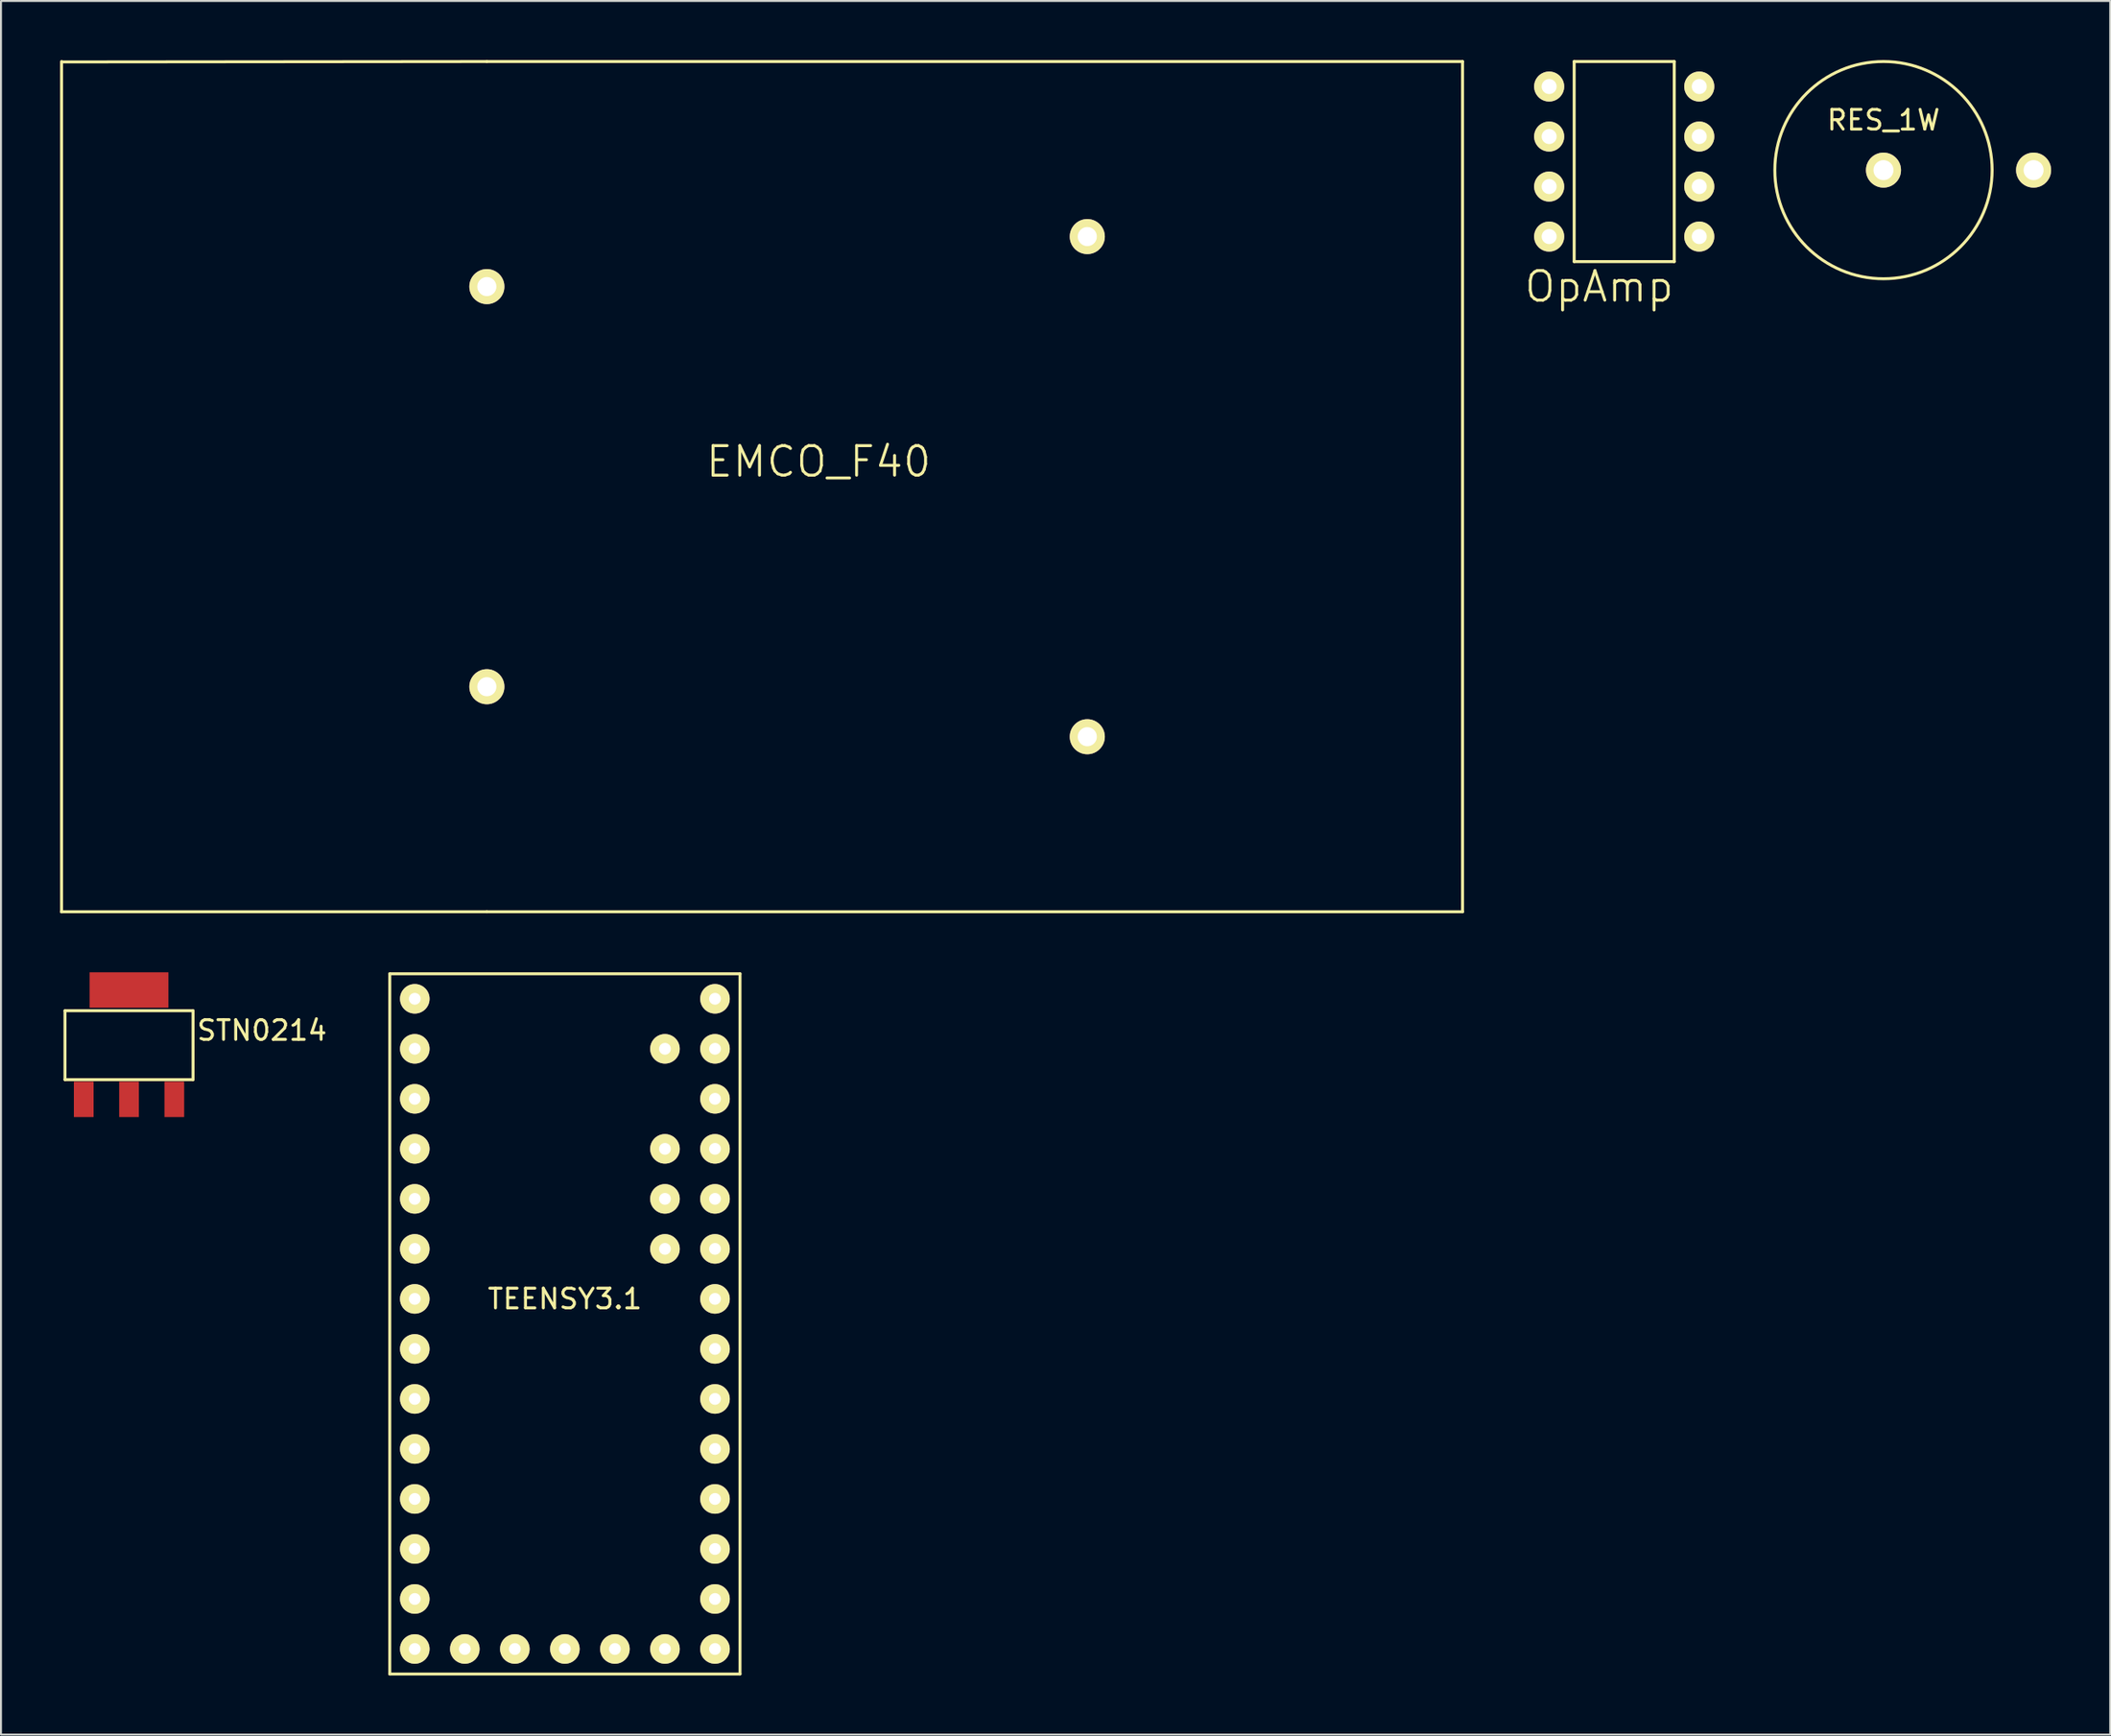
<source format=kicad_pcb>
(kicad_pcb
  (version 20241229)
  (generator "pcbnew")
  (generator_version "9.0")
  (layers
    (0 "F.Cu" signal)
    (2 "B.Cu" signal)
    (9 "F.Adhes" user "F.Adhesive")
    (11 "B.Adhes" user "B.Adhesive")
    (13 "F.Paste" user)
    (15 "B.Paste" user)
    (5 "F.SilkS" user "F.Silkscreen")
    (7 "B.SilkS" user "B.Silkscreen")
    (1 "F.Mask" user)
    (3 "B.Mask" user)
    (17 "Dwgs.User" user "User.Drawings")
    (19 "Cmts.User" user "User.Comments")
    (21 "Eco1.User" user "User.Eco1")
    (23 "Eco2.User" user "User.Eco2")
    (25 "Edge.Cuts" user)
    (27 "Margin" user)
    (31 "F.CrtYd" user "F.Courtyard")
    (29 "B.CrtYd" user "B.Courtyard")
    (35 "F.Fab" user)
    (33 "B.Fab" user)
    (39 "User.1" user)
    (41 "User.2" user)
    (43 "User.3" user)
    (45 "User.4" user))
  (footprint "OpAmp"
    (layer "F.Cu")
    (at 75.591 1.345)
    (property "Reference" "OpAmp" (at 2.54 10.16 0) (layer "F.SilkS") (effects (font (size 1.5 1.5) (thickness 0.15))))
    (attr through_hole)
    (fp_line (start 1.27 -1.27) (end 6.35 -1.27) (stroke (width 0.15) (type solid)) (layer "F.SilkS"))
    (fp_line (start 1.27 8.89) (end 1.27 -1.27) (stroke (width 0.15) (type solid)) (layer "F.SilkS"))
    (fp_line (start 6.35 -1.27) (end 6.35 8.89) (stroke (width 0.15) (type solid)) (layer "F.SilkS"))
    (fp_line (start 6.35 8.89) (end 1.27 8.89) (stroke (width 0.15) (type solid)) (layer "F.SilkS"))
    (pad "1" thru_hole circle (at 0 0) (size 1.524 1.524) (drill 0.762) (layers "*.Cu" "*.Mask" "F.SilkS"))
    (pad "2" thru_hole circle (at 0 2.54) (size 1.524 1.524) (drill 0.762) (layers "*.Cu" "*.Mask" "F.SilkS"))
    (pad "3" thru_hole circle (at 0 5.08) (size 1.524 1.524) (drill 0.762) (layers "*.Cu" "*.Mask" "F.SilkS"))
    (pad "4" thru_hole circle (at 0 7.62) (size 1.524 1.524) (drill 0.762) (layers "*.Cu" "*.Mask" "F.SilkS"))
    (pad "5" thru_hole circle (at 7.62 7.62) (size 1.524 1.524) (drill 0.762) (layers "*.Cu" "*.Mask" "F.SilkS"))
    (pad "6" thru_hole circle (at 7.62 5.08) (size 1.524 1.524) (drill 0.762) (layers "*.Cu" "*.Mask" "F.SilkS"))
    (pad "7" thru_hole circle (at 7.62 2.54) (size 1.524 1.524) (drill 0.762) (layers "*.Cu" "*.Mask" "F.SilkS"))
    (pad "8" thru_hole circle (at 7.62 0) (size 1.524 1.524) (drill 0.762) (layers "*.Cu" "*.Mask" "F.SilkS")))
  (footprint "RES_1W"
    (layer "F.Cu")
    (at 92.563 5.59)
    (property "Reference" "RES_1W" (at 0 -2.54 0) (layer "F.SilkS") (effects (font (size 1 1) (thickness 0.15))))
    (attr through_hole)
    (fp_circle (center 0 0) (end 3.9 3.9) (stroke (width 0.15) (type solid)) (fill no) (layer "F.SilkS"))
    (pad "1" thru_hole circle (at 0 0) (size 1.778 1.778) (drill 1.016) (layers "*.Cu" "*.Mask" "F.SilkS"))
    (pad "2" thru_hole circle (at 7.62 0) (size 1.778 1.778) (drill 1.016) (layers "*.Cu" "*.Mask" "F.SilkS")))
  (footprint "STN0214"
    (layer "F.Cu")
    (at 0.25 48.28)
    (property "Reference" "STN0214" (at 10 1 0) (layer "F.SilkS") (effects (font (size 1 1) (thickness 0.15))))
    (attr smd)
    (fp_line (start 0 0) (end 0 3.5) (stroke (width 0.15) (type solid)) (layer "F.SilkS"))
    (fp_line (start 0 3.5) (end 6.5 3.5) (stroke (width 0.15) (type solid)) (layer "F.SilkS"))
    (fp_line (start 6.5 0) (end 0 0) (stroke (width 0.15) (type solid)) (layer "F.SilkS"))
    (fp_line (start 6.5 3.5) (end 6.5 0) (stroke (width 0.15) (type solid)) (layer "F.SilkS"))
    (pad "1" smd rect (at 0.95 4.5) (size 1 1.8) (layers "F.Cu" "F.Mask" "F.Paste"))
    (pad "2" smd rect (at 3.25 4.5) (size 1 1.8) (layers "F.Cu" "F.Mask" "F.Paste"))
    (pad "3" smd rect (at 5.55 4.5) (size 1 1.8) (layers "F.Cu" "F.Mask" "F.Paste"))
    (pad "4" smd rect (at 3.25 -1.05) (size 4 1.8) (layers "F.Cu" "F.Mask" "F.Paste")))
  (footprint "TEENSY3.1"
    (layer "F.Cu")
    (at 25.626 65.455)
    (property "Reference" "TEENSY3.1" (at 0 -2.54 0) (layer "F.SilkS") (effects (font (size 1 1) (thickness 0.15))))
    (attr through_hole)
    (fp_line (start -8.89 -19.05) (end 8.89 -19.05) (stroke (width 0.15) (type solid)) (layer "F.SilkS"))
    (fp_line (start -8.89 16.51) (end -8.89 -19.05) (stroke (width 0.15) (type solid)) (layer "F.SilkS"))
    (fp_line (start 8.89 -19.05) (end 8.89 16.51) (stroke (width 0.15) (type solid)) (layer "F.SilkS"))
    (fp_line (start 8.89 16.51) (end -8.89 16.51) (stroke (width 0.15) (type solid)) (layer "F.SilkS"))
    (pad "1" thru_hole circle (at -7.62 -17.78) (size 1.5 1.5) (drill 0.6) (layers "*.Cu" "*.Mask" "F.SilkS"))
    (pad "2" thru_hole circle (at -7.62 -15.24) (size 1.5 1.5) (drill 0.6) (layers "*.Cu" "*.Mask" "F.SilkS"))
    (pad "3" thru_hole circle (at -7.62 -12.7) (size 1.5 1.5) (drill 0.6) (layers "*.Cu" "*.Mask" "F.SilkS"))
    (pad "4" thru_hole circle (at -7.62 -10.16) (size 1.5 1.5) (drill 0.6) (layers "*.Cu" "*.Mask" "F.SilkS"))
    (pad "5" thru_hole circle (at -7.62 -7.62) (size 1.5 1.5) (drill 0.6) (layers "*.Cu" "*.Mask" "F.SilkS"))
    (pad "6" thru_hole circle (at -7.62 -5.08) (size 1.5 1.5) (drill 0.6) (layers "*.Cu" "*.Mask" "F.SilkS"))
    (pad "7" thru_hole circle (at -7.62 -2.54) (size 1.5 1.5) (drill 0.6) (layers "*.Cu" "*.Mask" "F.SilkS"))
    (pad "8" thru_hole circle (at -7.62 0) (size 1.5 1.5) (drill 0.6) (layers "*.Cu" "*.Mask" "F.SilkS"))
    (pad "9" thru_hole circle (at -7.62 2.54) (size 1.5 1.5) (drill 0.6) (layers "*.Cu" "*.Mask" "F.SilkS"))
    (pad "10" thru_hole circle (at -7.62 5.08) (size 1.5 1.5) (drill 0.6) (layers "*.Cu" "*.Mask" "F.SilkS"))
    (pad "11" thru_hole circle (at -7.62 7.62) (size 1.5 1.5) (drill 0.6) (layers "*.Cu" "*.Mask" "F.SilkS"))
    (pad "12" thru_hole circle (at -7.62 10.16) (size 1.5 1.5) (drill 0.6) (layers "*.Cu" "*.Mask" "F.SilkS"))
    (pad "13" thru_hole circle (at -7.62 12.7) (size 1.5 1.5) (drill 0.6) (layers "*.Cu" "*.Mask" "F.SilkS"))
    (pad "14" thru_hole circle (at -7.62 15.24) (size 1.5 1.5) (drill 0.6) (layers "*.Cu" "*.Mask" "F.SilkS"))
    (pad "15" thru_hole circle (at -5.08 15.24) (size 1.5 1.5) (drill 0.6) (layers "*.Cu" "*.Mask" "F.SilkS"))
    (pad "16" thru_hole circle (at -2.54 15.24) (size 1.5 1.5) (drill 0.6) (layers "*.Cu" "*.Mask" "F.SilkS"))
    (pad "17" thru_hole circle (at 0 15.24) (size 1.5 1.5) (drill 0.6) (layers "*.Cu" "*.Mask" "F.SilkS"))
    (pad "18" thru_hole circle (at 2.54 15.24) (size 1.5 1.5) (drill 0.6) (layers "*.Cu" "*.Mask" "F.SilkS"))
    (pad "19" thru_hole circle (at 5.08 15.24) (size 1.5 1.5) (drill 0.6) (layers "*.Cu" "*.Mask" "F.SilkS"))
    (pad "20" thru_hole circle (at 7.62 15.24) (size 1.5 1.5) (drill 0.6) (layers "*.Cu" "*.Mask" "F.SilkS"))
    (pad "21" thru_hole circle (at 7.62 12.7) (size 1.5 1.5) (drill 0.6) (layers "*.Cu" "*.Mask" "F.SilkS"))
    (pad "22" thru_hole circle (at 7.62 10.16) (size 1.5 1.5) (drill 0.6) (layers "*.Cu" "*.Mask" "F.SilkS"))
    (pad "23" thru_hole circle (at 7.62 7.62) (size 1.5 1.5) (drill 0.6) (layers "*.Cu" "*.Mask" "F.SilkS"))
    (pad "24" thru_hole circle (at 7.62 5.08) (size 1.5 1.5) (drill 0.6) (layers "*.Cu" "*.Mask" "F.SilkS"))
    (pad "25" thru_hole circle (at 7.62 2.54) (size 1.5 1.5) (drill 0.6) (layers "*.Cu" "*.Mask" "F.SilkS"))
    (pad "26" thru_hole circle (at 7.62 0) (size 1.5 1.5) (drill 0.6) (layers "*.Cu" "*.Mask" "F.SilkS"))
    (pad "27" thru_hole circle (at 7.62 -2.54) (size 1.5 1.5) (drill 0.6) (layers "*.Cu" "*.Mask" "F.SilkS"))
    (pad "28" thru_hole circle (at 7.62 -5.08) (size 1.5 1.5) (drill 0.6) (layers "*.Cu" "*.Mask" "F.SilkS"))
    (pad "29" thru_hole circle (at 7.62 -7.62) (size 1.5 1.5) (drill 0.6) (layers "*.Cu" "*.Mask" "F.SilkS"))
    (pad "30" thru_hole circle (at 7.62 -10.16) (size 1.5 1.5) (drill 0.6) (layers "*.Cu" "*.Mask" "F.SilkS"))
    (pad "31" thru_hole circle (at 7.62 -12.7) (size 1.5 1.5) (drill 0.6) (layers "*.Cu" "*.Mask" "F.SilkS"))
    (pad "32" thru_hole circle (at 7.62 -15.24) (size 1.5 1.5) (drill 0.6) (layers "*.Cu" "*.Mask" "F.SilkS"))
    (pad "33" thru_hole circle (at 7.62 -17.78) (size 1.5 1.5) (drill 0.6) (layers "*.Cu" "*.Mask" "F.SilkS"))
    (pad "34" thru_hole circle (at 5.08 -15.24) (size 1.5 1.5) (drill 0.6) (layers "*.Cu" "*.Mask" "F.SilkS"))
    (pad "35" thru_hole circle (at 5.08 -10.16) (size 1.5 1.5) (drill 0.6) (layers "*.Cu" "*.Mask" "F.SilkS"))
    (pad "36" thru_hole circle (at 5.08 -7.62) (size 1.5 1.5) (drill 0.6) (layers "*.Cu" "*.Mask" "F.SilkS"))
    (pad "37" thru_hole circle (at 5.08 -5.08) (size 1.5 1.5) (drill 0.6) (layers "*.Cu" "*.Mask" "F.SilkS")))
  (footprint "EMCO_F40"
    (layer "F.Cu")
    (at 21.665 31.825)
    (property "Reference" "EMCO_F40" (at 16.84 -11.43 0) (layer "F.SilkS") (effects (font (size 1.5 1.5) (thickness 0.15))))
    (attr through_hole)
    (fp_line (start -21.59 -31.75) (end -21.59 11.43) (stroke (width 0.15) (type solid)) (layer "F.SilkS"))
    (fp_line (start -21.59 11.43) (end -21.58 11.43) (stroke (width 0.15) (type solid)) (layer "F.SilkS"))
    (fp_line (start 0 -31.75) (end -21.54 -31.73) (stroke (width 0.15) (type solid)) (layer "F.SilkS"))
    (fp_line (start 0 -31.75) (end 49.53 -31.75) (stroke (width 0.15) (type solid)) (layer "F.SilkS"))
    (fp_line (start 0 11.43) (end -21.59 11.43) (stroke (width 0.15) (type solid)) (layer "F.SilkS"))
    (fp_line (start 49.53 -31.75) (end 49.53 11.43) (stroke (width 0.15) (type solid)) (layer "F.SilkS"))
    (fp_line (start 49.53 11.43) (end 0 11.43) (stroke (width 0.15) (type solid)) (layer "F.SilkS"))
    (pad "1" thru_hole circle (at 0 0) (size 1.78 1.78) (drill 0.97) (layers "*.Cu" "*.Mask" "F.SilkS"))
    (pad "2" thru_hole circle (at 0 -20.32) (size 1.78 1.78) (drill 0.97) (layers "*.Cu" "*.Mask" "F.SilkS"))
    (pad "3" thru_hole circle (at 30.48 2.54) (size 1.78 1.78) (drill 0.97) (layers "*.Cu" "*.Mask" "F.SilkS"))
    (pad "4" thru_hole circle (at 30.48 -22.86) (size 1.78 1.78) (drill 0.97) (layers "*.Cu" "*.Mask" "F.SilkS")))
  (gr_rect
    (start -3 -3)
    (end 104.072 85.04)
    (stroke (width 0.1) (type default))
    (fill no)
    (layer "Edge.Cuts")))
</source>
